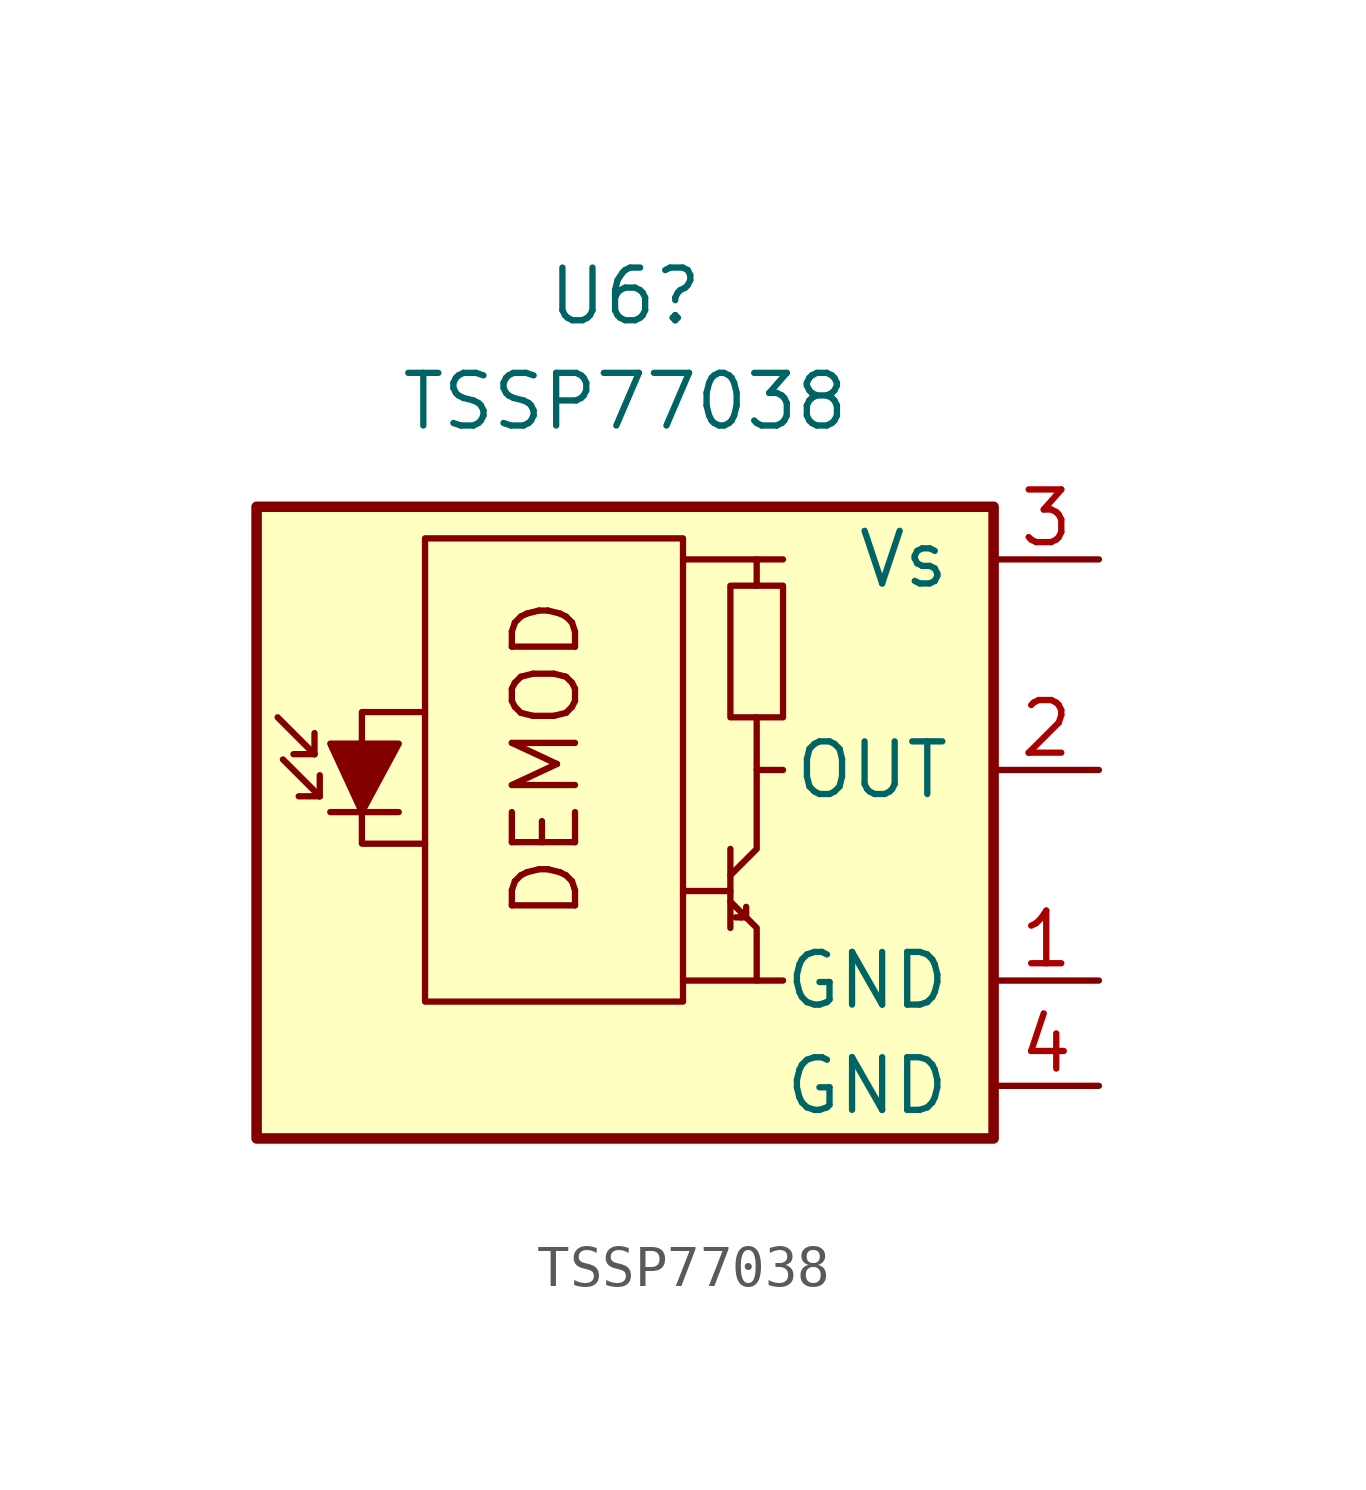
<source format=kicad_sym>
(kicad_symbol_lib
  (version 20220914)
  (generator kicad_symbol_editor)
  (symbol "TSSP77038"
    (pin_names
      (offset 1.016))
    (property "Reference" "U6"
      (at -1.27 11.43 0)
      (effects (font (size 1.27 1.27))))
    (property "Value" "TSSP77038"
      (at -1.27 8.89 0)
      (effects (font (size 1.27 1.27))))
    (symbol "TSSP77038_0_0"
      (polyline (pts (xy 1.905 -5.08) (xy 0.127 -5.08)) (stroke (width 0) (type default)) (fill (type none)))
      (polyline (pts (xy 1.905 5.08) (xy 0.127 5.08)) (stroke (width 0) (type default)) (fill (type none)))
      (text "DEMOD" (at -3.175 0.254 900) (effects (font (size 1.524 1.524)))))
    (symbol "TSSP77038_0_1"
      (rectangle (start -10.16 6.35) (end 7.62 -8.89) (stroke (width 0.254) (type default)) (fill (type background)))
      (rectangle (start -6.096 5.588) (end 0.127 -5.588) (stroke (width 0) (type default)) (fill (type none)))
      (polyline (pts (xy -8.763 0.381) (xy -9.652 1.27)) (stroke (width 0) (type default)) (fill (type none)))
      (polyline (pts (xy -8.763 0.381) (xy -9.271 0.381)) (stroke (width 0) (type default)) (fill (type none)))
      (polyline (pts (xy -8.763 0.381) (xy -8.763 0.889)) (stroke (width 0) (type default)) (fill (type none)))
      (polyline (pts (xy -8.636 -0.635) (xy -9.525 0.254)) (stroke (width 0) (type default)) (fill (type none)))
      (polyline (pts (xy -8.636 -0.635) (xy -9.144 -0.635)) (stroke (width 0) (type default)) (fill (type none)))
      (polyline (pts (xy -8.636 -0.635) (xy -8.636 -0.127)) (stroke (width 0) (type default)) (fill (type none)))
      (polyline (pts (xy -8.382 -1.016) (xy -6.731 -1.016)) (stroke (width 0) (type default)) (fill (type none)))
      (polyline (pts (xy 1.27 -2.921) (xy 0.127 -2.921)) (stroke (width 0) (type default)) (fill (type none)))
      (polyline (pts (xy 1.27 -1.905) (xy 1.27 -3.81)) (stroke (width 0) (type default)) (fill (type none)))
      (polyline (pts (xy 1.397 -3.556) (xy 1.524 -3.556)) (stroke (width 0) (type default)) (fill (type none)))
      (polyline (pts (xy 1.651 -3.556) (xy 1.524 -3.556)) (stroke (width 0) (type default)) (fill (type none)))
      (polyline (pts (xy 1.651 -3.556) (xy 1.651 -3.302)) (stroke (width 0) (type default)) (fill (type none)))
      (polyline (pts (xy 1.905 0) (xy 1.905 1.27)) (stroke (width 0) (type default)) (fill (type none)))
      (polyline (pts (xy 1.905 4.445) (xy 1.905 5.08) (xy 2.54 5.08)) (stroke (width 0) (type default)) (fill (type none)))
      (polyline (pts (xy -8.382 0.635) (xy -6.731 0.635) (xy -7.62 -1.016) (xy -8.382 0.635)) (stroke (width 0) (type default)) (fill (type outline)))
      (polyline (pts (xy -6.096 1.397) (xy -7.62 1.397) (xy -7.62 -1.778) (xy -6.096 -1.778)) (stroke (width 0) (type default)) (fill (type none)))
      (polyline (pts (xy 1.27 -3.175) (xy 1.905 -3.81) (xy 1.905 -5.08) (xy 2.54 -5.08)) (stroke (width 0) (type default)) (fill (type none)))
      (polyline (pts (xy 1.27 -2.54) (xy 1.905 -1.905) (xy 1.905 0) (xy 2.54 0)) (stroke (width 0) (type default)) (fill (type none)))
      (rectangle (start 2.54 1.27) (end 1.27 4.445) (stroke (width 0) (type default)) (fill (type none))))
    (symbol "TSSP77038_1_1"
      (pin power_in line (at 10.16 -5.08 180) (length 2.54) (name "GND" (effects (font (size 1.27 1.27)))) (number "1" (effects (font (size 1.27 1.27)))))
      (pin output line (at 10.16 0 180) (length 2.54) (name "OUT" (effects (font (size 1.27 1.27)))) (number "2" (effects (font (size 1.27 1.27)))))
      (pin power_in line (at 10.16 5.08 180) (length 2.54) (name "Vs" (effects (font (size 1.27 1.27)))) (number "3" (effects (font (size 1.27 1.27)))))
      (pin power_in line (at 10.16 -7.62 180) (length 2.54) (name "GND" (effects (font (size 1.27 1.27)))) (number "4" (effects (font (size 1.27 1.27))))))))
</source>
